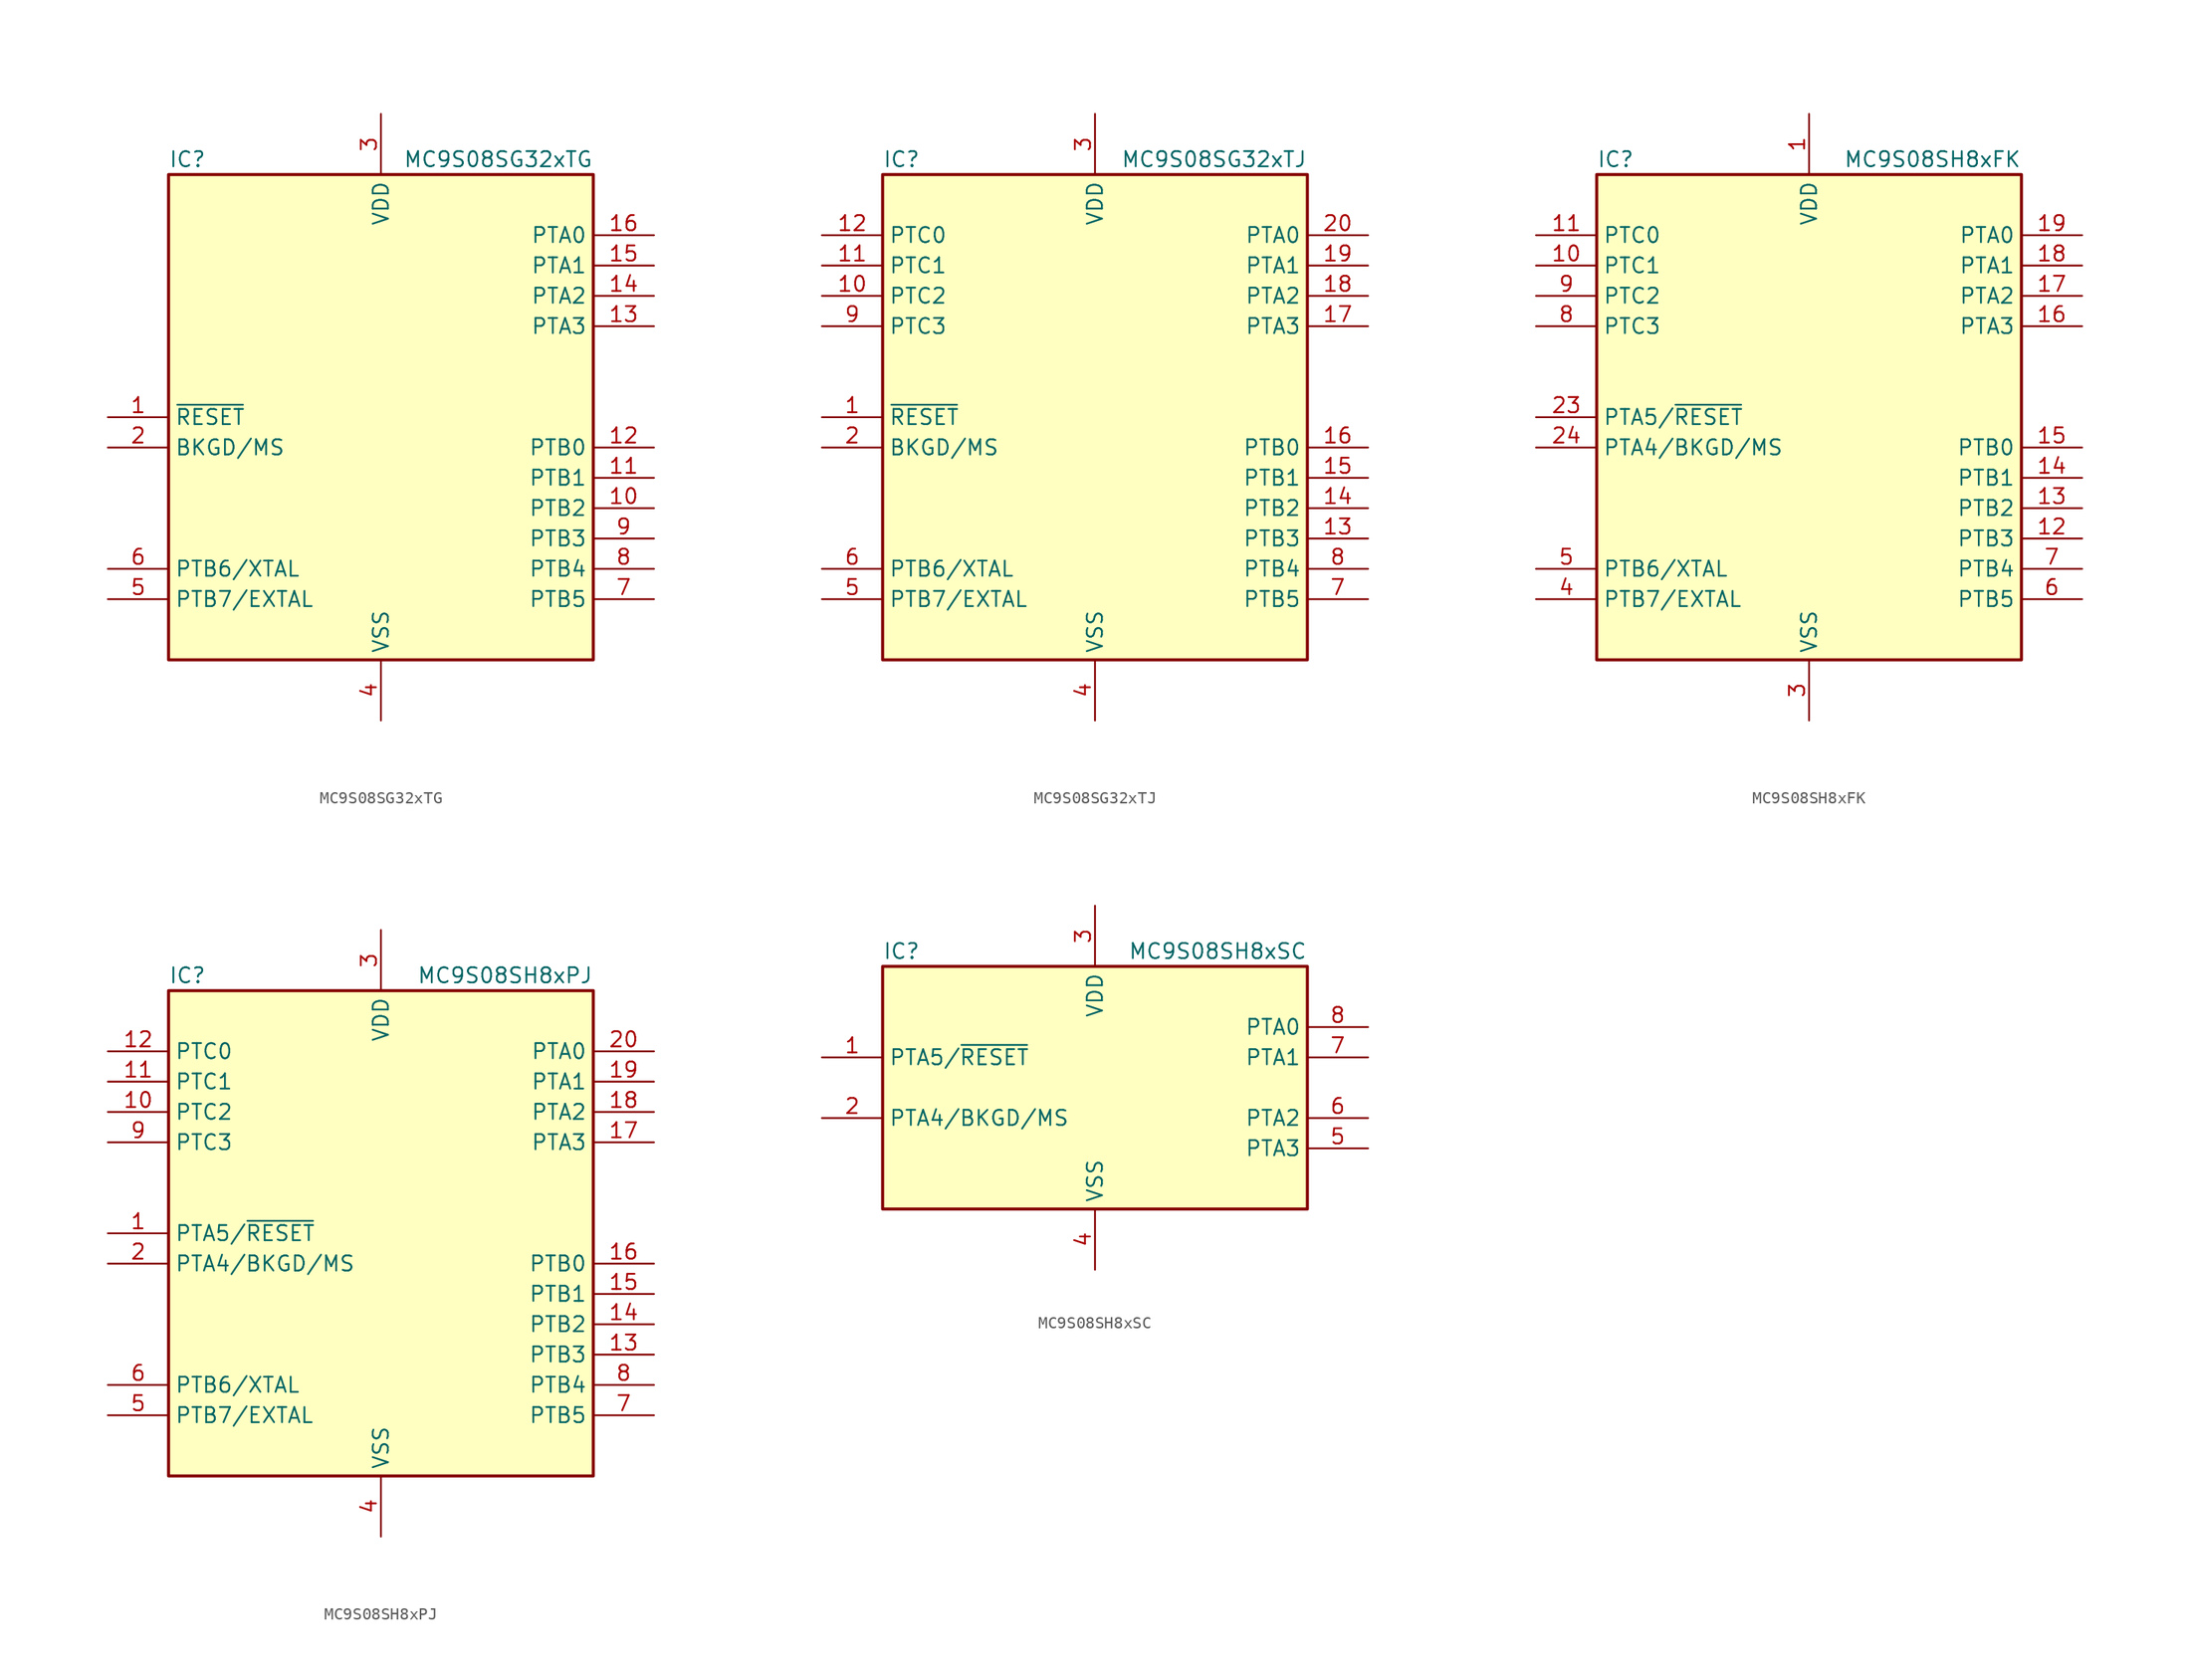
<source format=kicad_sym>
(kicad_symbol_lib
  (version 20201005)
  (generator kicad_symbol_editor)
  (symbol "MC9S08SG32xTG"
    (property "Reference" "IC"
      (at -17.78 21.59 0)
      (effects (font (size 1.27 1.27)) (justify left)))
    (property "Value" "MC9S08SG32xTG"
      (at 17.78 21.59 0)
      (effects (font (size 1.27 1.27)) (justify right)))
    (symbol "MC9S08SG32xTG_0_1"
      (rectangle (start -17.78 20.32) (end 17.78 -20.32) (stroke (width 0.254)) (fill (type background))))
    (symbol "MC9S08SG32xTG_1_1"
      (pin input line (at -22.86 0 0) (length 5.08) (name "~RESET" (effects (font (size 1.27 1.27)))) (number "1" (effects (font (size 1.27 1.27)))))
      (pin bidirectional line (at 22.86 -7.62 180) (length 5.08) (name "PTB2" (effects (font (size 1.27 1.27)))) (number "10" (effects (font (size 1.27 1.27)))))
      (pin bidirectional line (at 22.86 -5.08 180) (length 5.08) (name "PTB1" (effects (font (size 1.27 1.27)))) (number "11" (effects (font (size 1.27 1.27)))))
      (pin bidirectional line (at 22.86 -2.54 180) (length 5.08) (name "PTB0" (effects (font (size 1.27 1.27)))) (number "12" (effects (font (size 1.27 1.27)))))
      (pin bidirectional line (at 22.86 7.62 180) (length 5.08) (name "PTA3" (effects (font (size 1.27 1.27)))) (number "13" (effects (font (size 1.27 1.27)))))
      (pin bidirectional line (at 22.86 10.16 180) (length 5.08) (name "PTA2" (effects (font (size 1.27 1.27)))) (number "14" (effects (font (size 1.27 1.27)))))
      (pin bidirectional line (at 22.86 12.7 180) (length 5.08) (name "PTA1" (effects (font (size 1.27 1.27)))) (number "15" (effects (font (size 1.27 1.27)))))
      (pin bidirectional line (at 22.86 15.24 180) (length 5.08) (name "PTA0" (effects (font (size 1.27 1.27)))) (number "16" (effects (font (size 1.27 1.27)))))
      (pin bidirectional line (at -22.86 -2.54 0) (length 5.08) (name "BKGD/MS" (effects (font (size 1.27 1.27)))) (number "2" (effects (font (size 1.27 1.27)))))
      (pin power_in line (at 0 25.4 270) (length 5.08) (name "VDD" (effects (font (size 1.27 1.27)))) (number "3" (effects (font (size 1.27 1.27)))))
      (pin power_in line (at 0 -25.4 90) (length 5.08) (name "VSS" (effects (font (size 1.27 1.27)))) (number "4" (effects (font (size 1.27 1.27)))))
      (pin bidirectional line (at -22.86 -15.24 0) (length 5.08) (name "PTB7/EXTAL" (effects (font (size 1.27 1.27)))) (number "5" (effects (font (size 1.27 1.27)))))
      (pin bidirectional line (at -22.86 -12.7 0) (length 5.08) (name "PTB6/XTAL" (effects (font (size 1.27 1.27)))) (number "6" (effects (font (size 1.27 1.27)))))
      (pin bidirectional line (at 22.86 -15.24 180) (length 5.08) (name "PTB5" (effects (font (size 1.27 1.27)))) (number "7" (effects (font (size 1.27 1.27)))))
      (pin bidirectional line (at 22.86 -12.7 180) (length 5.08) (name "PTB4" (effects (font (size 1.27 1.27)))) (number "8" (effects (font (size 1.27 1.27)))))
      (pin bidirectional line (at 22.86 -10.16 180) (length 5.08) (name "PTB3" (effects (font (size 1.27 1.27)))) (number "9" (effects (font (size 1.27 1.27)))))))
  (symbol "MC9S08SG32xTJ"
    (property "Reference" "IC"
      (at -17.78 21.59 0)
      (effects (font (size 1.27 1.27)) (justify left)))
    (property "Value" "MC9S08SG32xTJ"
      (at 17.78 21.59 0)
      (effects (font (size 1.27 1.27)) (justify right)))
    (symbol "MC9S08SG32xTJ_0_1"
      (rectangle (start -17.78 20.32) (end 17.78 -20.32) (stroke (width 0.254)) (fill (type background))))
    (symbol "MC9S08SG32xTJ_1_1"
      (pin input line (at -22.86 0 0) (length 5.08) (name "~RESET" (effects (font (size 1.27 1.27)))) (number "1" (effects (font (size 1.27 1.27)))))
      (pin bidirectional line (at -22.86 10.16 0) (length 5.08) (name "PTC2" (effects (font (size 1.27 1.27)))) (number "10" (effects (font (size 1.27 1.27)))))
      (pin bidirectional line (at -22.86 12.7 0) (length 5.08) (name "PTC1" (effects (font (size 1.27 1.27)))) (number "11" (effects (font (size 1.27 1.27)))))
      (pin bidirectional line (at -22.86 15.24 0) (length 5.08) (name "PTC0" (effects (font (size 1.27 1.27)))) (number "12" (effects (font (size 1.27 1.27)))))
      (pin bidirectional line (at 22.86 -10.16 180) (length 5.08) (name "PTB3" (effects (font (size 1.27 1.27)))) (number "13" (effects (font (size 1.27 1.27)))))
      (pin bidirectional line (at 22.86 -7.62 180) (length 5.08) (name "PTB2" (effects (font (size 1.27 1.27)))) (number "14" (effects (font (size 1.27 1.27)))))
      (pin bidirectional line (at 22.86 -5.08 180) (length 5.08) (name "PTB1" (effects (font (size 1.27 1.27)))) (number "15" (effects (font (size 1.27 1.27)))))
      (pin bidirectional line (at 22.86 -2.54 180) (length 5.08) (name "PTB0" (effects (font (size 1.27 1.27)))) (number "16" (effects (font (size 1.27 1.27)))))
      (pin bidirectional line (at 22.86 7.62 180) (length 5.08) (name "PTA3" (effects (font (size 1.27 1.27)))) (number "17" (effects (font (size 1.27 1.27)))))
      (pin bidirectional line (at 22.86 10.16 180) (length 5.08) (name "PTA2" (effects (font (size 1.27 1.27)))) (number "18" (effects (font (size 1.27 1.27)))))
      (pin bidirectional line (at 22.86 12.7 180) (length 5.08) (name "PTA1" (effects (font (size 1.27 1.27)))) (number "19" (effects (font (size 1.27 1.27)))))
      (pin bidirectional line (at -22.86 -2.54 0) (length 5.08) (name "BKGD/MS" (effects (font (size 1.27 1.27)))) (number "2" (effects (font (size 1.27 1.27)))))
      (pin bidirectional line (at 22.86 15.24 180) (length 5.08) (name "PTA0" (effects (font (size 1.27 1.27)))) (number "20" (effects (font (size 1.27 1.27)))))
      (pin power_in line (at 0 25.4 270) (length 5.08) (name "VDD" (effects (font (size 1.27 1.27)))) (number "3" (effects (font (size 1.27 1.27)))))
      (pin power_in line (at 0 -25.4 90) (length 5.08) (name "VSS" (effects (font (size 1.27 1.27)))) (number "4" (effects (font (size 1.27 1.27)))))
      (pin bidirectional line (at -22.86 -15.24 0) (length 5.08) (name "PTB7/EXTAL" (effects (font (size 1.27 1.27)))) (number "5" (effects (font (size 1.27 1.27)))))
      (pin bidirectional line (at -22.86 -12.7 0) (length 5.08) (name "PTB6/XTAL" (effects (font (size 1.27 1.27)))) (number "6" (effects (font (size 1.27 1.27)))))
      (pin bidirectional line (at 22.86 -15.24 180) (length 5.08) (name "PTB5" (effects (font (size 1.27 1.27)))) (number "7" (effects (font (size 1.27 1.27)))))
      (pin bidirectional line (at 22.86 -12.7 180) (length 5.08) (name "PTB4" (effects (font (size 1.27 1.27)))) (number "8" (effects (font (size 1.27 1.27)))))
      (pin bidirectional line (at -22.86 7.62 0) (length 5.08) (name "PTC3" (effects (font (size 1.27 1.27)))) (number "9" (effects (font (size 1.27 1.27)))))))
  (symbol "MC9S08SH8xFK"
    (property "Reference" "IC"
      (at -17.78 21.59 0)
      (effects (font (size 1.27 1.27)) (justify left)))
    (property "Value" "MC9S08SH8xFK"
      (at 17.78 21.59 0)
      (effects (font (size 1.27 1.27)) (justify right)))
    (symbol "MC9S08SH8xFK_0_1"
      (rectangle (start -17.78 20.32) (end 17.78 -20.32) (stroke (width 0.254)) (fill (type background))))
    (symbol "MC9S08SH8xFK_1_1"
      (pin power_in line (at 0 25.4 270) (length 5.08) (name "VDD" (effects (font (size 1.27 1.27)))) (number "1" (effects (font (size 1.27 1.27)))))
      (pin bidirectional line (at -22.86 12.7 0) (length 5.08) (name "PTC1" (effects (font (size 1.27 1.27)))) (number "10" (effects (font (size 1.27 1.27)))))
      (pin bidirectional line (at -22.86 15.24 0) (length 5.08) (name "PTC0" (effects (font (size 1.27 1.27)))) (number "11" (effects (font (size 1.27 1.27)))))
      (pin bidirectional line (at 22.86 -10.16 180) (length 5.08) (name "PTB3" (effects (font (size 1.27 1.27)))) (number "12" (effects (font (size 1.27 1.27)))))
      (pin bidirectional line (at 22.86 -7.62 180) (length 5.08) (name "PTB2" (effects (font (size 1.27 1.27)))) (number "13" (effects (font (size 1.27 1.27)))))
      (pin bidirectional line (at 22.86 -5.08 180) (length 5.08) (name "PTB1" (effects (font (size 1.27 1.27)))) (number "14" (effects (font (size 1.27 1.27)))))
      (pin bidirectional line (at 22.86 -2.54 180) (length 5.08) (name "PTB0" (effects (font (size 1.27 1.27)))) (number "15" (effects (font (size 1.27 1.27)))))
      (pin bidirectional line (at 22.86 7.62 180) (length 5.08) (name "PTA3" (effects (font (size 1.27 1.27)))) (number "16" (effects (font (size 1.27 1.27)))))
      (pin bidirectional line (at 22.86 10.16 180) (length 5.08) (name "PTA2" (effects (font (size 1.27 1.27)))) (number "17" (effects (font (size 1.27 1.27)))))
      (pin bidirectional line (at 22.86 12.7 180) (length 5.08) (name "PTA1" (effects (font (size 1.27 1.27)))) (number "18" (effects (font (size 1.27 1.27)))))
      (pin bidirectional line (at 22.86 15.24 180) (length 5.08) (name "PTA0" (effects (font (size 1.27 1.27)))) (number "19" (effects (font (size 1.27 1.27)))))
      (pin bidirectional line (at -22.86 0 0) (length 5.08) (name "PTA5/~RESET" (effects (font (size 1.27 1.27)))) (number "23" (effects (font (size 1.27 1.27)))))
      (pin bidirectional line (at -22.86 -2.54 0) (length 5.08) (name "PTA4/BKGD/MS" (effects (font (size 1.27 1.27)))) (number "24" (effects (font (size 1.27 1.27)))))
      (pin power_in line (at 0 -25.4 90) (length 5.08) (name "VSS" (effects (font (size 1.27 1.27)))) (number "3" (effects (font (size 1.27 1.27)))))
      (pin bidirectional line (at -22.86 -15.24 0) (length 5.08) (name "PTB7/EXTAL" (effects (font (size 1.27 1.27)))) (number "4" (effects (font (size 1.27 1.27)))))
      (pin bidirectional line (at -22.86 -12.7 0) (length 5.08) (name "PTB6/XTAL" (effects (font (size 1.27 1.27)))) (number "5" (effects (font (size 1.27 1.27)))))
      (pin bidirectional line (at 22.86 -15.24 180) (length 5.08) (name "PTB5" (effects (font (size 1.27 1.27)))) (number "6" (effects (font (size 1.27 1.27)))))
      (pin bidirectional line (at 22.86 -12.7 180) (length 5.08) (name "PTB4" (effects (font (size 1.27 1.27)))) (number "7" (effects (font (size 1.27 1.27)))))
      (pin bidirectional line (at -22.86 7.62 0) (length 5.08) (name "PTC3" (effects (font (size 1.27 1.27)))) (number "8" (effects (font (size 1.27 1.27)))))
      (pin bidirectional line (at -22.86 10.16 0) (length 5.08) (name "PTC2" (effects (font (size 1.27 1.27)))) (number "9" (effects (font (size 1.27 1.27)))))))
  (symbol "MC9S08SH8xPJ"
    (property "Reference" "IC"
      (at -17.78 21.59 0)
      (effects (font (size 1.27 1.27)) (justify left)))
    (property "Value" "MC9S08SH8xPJ"
      (at 17.78 21.59 0)
      (effects (font (size 1.27 1.27)) (justify right)))
    (symbol "MC9S08SH8xPJ_0_1"
      (rectangle (start -17.78 20.32) (end 17.78 -20.32) (stroke (width 0.254)) (fill (type background))))
    (symbol "MC9S08SH8xPJ_1_1"
      (pin bidirectional line (at -22.86 0 0) (length 5.08) (name "PTA5/~RESET" (effects (font (size 1.27 1.27)))) (number "1" (effects (font (size 1.27 1.27)))))
      (pin bidirectional line (at -22.86 10.16 0) (length 5.08) (name "PTC2" (effects (font (size 1.27 1.27)))) (number "10" (effects (font (size 1.27 1.27)))))
      (pin bidirectional line (at -22.86 12.7 0) (length 5.08) (name "PTC1" (effects (font (size 1.27 1.27)))) (number "11" (effects (font (size 1.27 1.27)))))
      (pin bidirectional line (at -22.86 15.24 0) (length 5.08) (name "PTC0" (effects (font (size 1.27 1.27)))) (number "12" (effects (font (size 1.27 1.27)))))
      (pin bidirectional line (at 22.86 -10.16 180) (length 5.08) (name "PTB3" (effects (font (size 1.27 1.27)))) (number "13" (effects (font (size 1.27 1.27)))))
      (pin bidirectional line (at 22.86 -7.62 180) (length 5.08) (name "PTB2" (effects (font (size 1.27 1.27)))) (number "14" (effects (font (size 1.27 1.27)))))
      (pin bidirectional line (at 22.86 -5.08 180) (length 5.08) (name "PTB1" (effects (font (size 1.27 1.27)))) (number "15" (effects (font (size 1.27 1.27)))))
      (pin bidirectional line (at 22.86 -2.54 180) (length 5.08) (name "PTB0" (effects (font (size 1.27 1.27)))) (number "16" (effects (font (size 1.27 1.27)))))
      (pin bidirectional line (at 22.86 7.62 180) (length 5.08) (name "PTA3" (effects (font (size 1.27 1.27)))) (number "17" (effects (font (size 1.27 1.27)))))
      (pin bidirectional line (at 22.86 10.16 180) (length 5.08) (name "PTA2" (effects (font (size 1.27 1.27)))) (number "18" (effects (font (size 1.27 1.27)))))
      (pin bidirectional line (at 22.86 12.7 180) (length 5.08) (name "PTA1" (effects (font (size 1.27 1.27)))) (number "19" (effects (font (size 1.27 1.27)))))
      (pin bidirectional line (at -22.86 -2.54 0) (length 5.08) (name "PTA4/BKGD/MS" (effects (font (size 1.27 1.27)))) (number "2" (effects (font (size 1.27 1.27)))))
      (pin bidirectional line (at 22.86 15.24 180) (length 5.08) (name "PTA0" (effects (font (size 1.27 1.27)))) (number "20" (effects (font (size 1.27 1.27)))))
      (pin power_in line (at 0 25.4 270) (length 5.08) (name "VDD" (effects (font (size 1.27 1.27)))) (number "3" (effects (font (size 1.27 1.27)))))
      (pin power_in line (at 0 -25.4 90) (length 5.08) (name "VSS" (effects (font (size 1.27 1.27)))) (number "4" (effects (font (size 1.27 1.27)))))
      (pin bidirectional line (at -22.86 -15.24 0) (length 5.08) (name "PTB7/EXTAL" (effects (font (size 1.27 1.27)))) (number "5" (effects (font (size 1.27 1.27)))))
      (pin bidirectional line (at -22.86 -12.7 0) (length 5.08) (name "PTB6/XTAL" (effects (font (size 1.27 1.27)))) (number "6" (effects (font (size 1.27 1.27)))))
      (pin bidirectional line (at 22.86 -15.24 180) (length 5.08) (name "PTB5" (effects (font (size 1.27 1.27)))) (number "7" (effects (font (size 1.27 1.27)))))
      (pin bidirectional line (at 22.86 -12.7 180) (length 5.08) (name "PTB4" (effects (font (size 1.27 1.27)))) (number "8" (effects (font (size 1.27 1.27)))))
      (pin bidirectional line (at -22.86 7.62 0) (length 5.08) (name "PTC3" (effects (font (size 1.27 1.27)))) (number "9" (effects (font (size 1.27 1.27)))))))
  (symbol "MC9S08SH8xSC"
    (property "Reference" "IC"
      (at -17.78 11.43 0)
      (effects (font (size 1.27 1.27)) (justify left)))
    (property "Value" "MC9S08SH8xSC"
      (at 17.78 11.43 0)
      (effects (font (size 1.27 1.27)) (justify right)))
    (symbol "MC9S08SH8xSC_0_1"
      (rectangle (start -17.78 10.16) (end 17.78 -10.16) (stroke (width 0.254)) (fill (type background))))
    (symbol "MC9S08SH8xSC_1_1"
      (pin bidirectional line (at -22.86 2.54 0) (length 5.08) (name "PTA5/~RESET" (effects (font (size 1.27 1.27)))) (number "1" (effects (font (size 1.27 1.27)))))
      (pin bidirectional line (at -22.86 -2.54 0) (length 5.08) (name "PTA4/BKGD/MS" (effects (font (size 1.27 1.27)))) (number "2" (effects (font (size 1.27 1.27)))))
      (pin power_in line (at 0 15.24 270) (length 5.08) (name "VDD" (effects (font (size 1.27 1.27)))) (number "3" (effects (font (size 1.27 1.27)))))
      (pin power_in line (at 0 -15.24 90) (length 5.08) (name "VSS" (effects (font (size 1.27 1.27)))) (number "4" (effects (font (size 1.27 1.27)))))
      (pin bidirectional line (at 22.86 -5.08 180) (length 5.08) (name "PTA3" (effects (font (size 1.27 1.27)))) (number "5" (effects (font (size 1.27 1.27)))))
      (pin bidirectional line (at 22.86 -2.54 180) (length 5.08) (name "PTA2" (effects (font (size 1.27 1.27)))) (number "6" (effects (font (size 1.27 1.27)))))
      (pin bidirectional line (at 22.86 2.54 180) (length 5.08) (name "PTA1" (effects (font (size 1.27 1.27)))) (number "7" (effects (font (size 1.27 1.27)))))
      (pin bidirectional line (at 22.86 5.08 180) (length 5.08) (name "PTA0" (effects (font (size 1.27 1.27)))) (number "8" (effects (font (size 1.27 1.27))))))))
</source>
